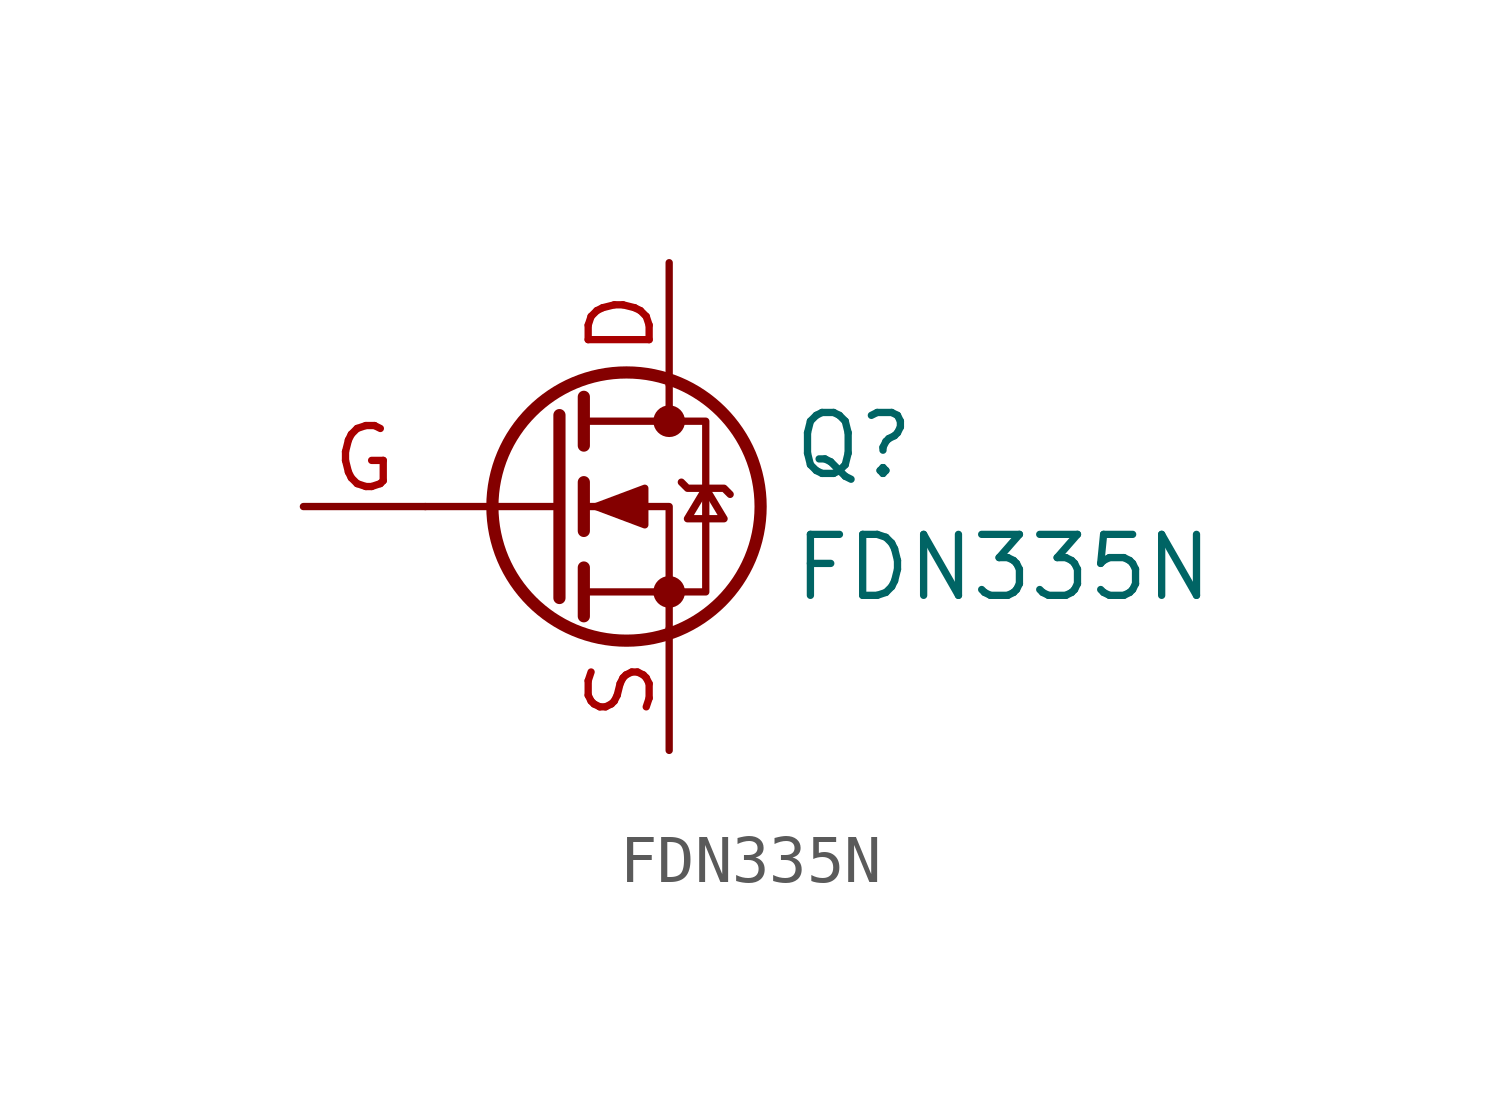
<source format=kicad_sym>
(kicad_symbol_lib
  (version 20211014)
  (generator kicad_symbol_editor)
  (symbol "FDN335N"
    (property "Reference" "Q"
      (at 5.08 1.27 0)
      (effects (font (size 1.27 1.27)) (justify left)))
    (property "Value" "FDN335N"
      (at 5.08 -1.27 0)
      (effects (font (size 1.27 1.27)) (justify left)))
    (symbol "FDN335N_0_1"
      (polyline (pts (xy 0.254 0) (xy -2.54 0)) (stroke (width 0) (type default) (color 0 0 0 0)) (fill (type none)))
      (polyline (pts (xy 0.254 1.905) (xy 0.254 -1.905)) (stroke (width 0.254) (type default) (color 0 0 0 0)) (fill (type none)))
      (polyline (pts (xy 0.762 -1.27) (xy 0.762 -2.286)) (stroke (width 0.254) (type default) (color 0 0 0 0)) (fill (type none)))
      (polyline (pts (xy 0.762 0.508) (xy 0.762 -0.508)) (stroke (width 0.254) (type default) (color 0 0 0 0)) (fill (type none)))
      (polyline (pts (xy 0.762 2.286) (xy 0.762 1.27)) (stroke (width 0.254) (type default) (color 0 0 0 0)) (fill (type none)))
      (polyline (pts (xy 2.54 2.54) (xy 2.54 1.778)) (stroke (width 0) (type default) (color 0 0 0 0)) (fill (type none)))
      (polyline (pts (xy 2.54 -2.54) (xy 2.54 0) (xy 0.762 0)) (stroke (width 0) (type default) (color 0 0 0 0)) (fill (type none)))
      (polyline (pts (xy 0.762 -1.778) (xy 3.302 -1.778) (xy 3.302 1.778) (xy 0.762 1.778)) (stroke (width 0) (type default) (color 0 0 0 0)) (fill (type none)))
      (polyline (pts (xy 1.016 0) (xy 2.032 0.381) (xy 2.032 -0.381) (xy 1.016 0)) (stroke (width 0) (type default) (color 0 0 0 0)) (fill (type outline)))
      (polyline (pts (xy 2.794 0.508) (xy 2.921 0.381) (xy 3.683 0.381) (xy 3.81 0.254)) (stroke (width 0) (type default) (color 0 0 0 0)) (fill (type none)))
      (polyline (pts (xy 3.302 0.381) (xy 2.921 -0.254) (xy 3.683 -0.254) (xy 3.302 0.381)) (stroke (width 0) (type default) (color 0 0 0 0)) (fill (type none)))
      (circle (center 1.651 0) (radius 2.794) (stroke (width 0.254) (type default) (color 0 0 0 0)) (fill (type none)))
      (circle (center 2.54 -1.778) (radius 0.254) (stroke (width 0) (type default) (color 0 0 0 0)) (fill (type outline)))
      (circle (center 2.54 1.778) (radius 0.254) (stroke (width 0) (type default) (color 0 0 0 0)) (fill (type outline))))
    (symbol "FDN335N_1_1"
      (pin passive line (at 2.54 5.08 270) (length 2.54) (name "" (effects (font (size 1.27 1.27)))) (number "D" (effects (font (size 1.27 1.27)))))
      (pin input line (at -5.08 0 0) (length 2.54) (name "" (effects (font (size 1.27 1.27)))) (number "G" (effects (font (size 1.27 1.27)))))
      (pin passive line (at 2.54 -5.08 90) (length 2.54) (name "" (effects (font (size 1.27 1.27)))) (number "S" (effects (font (size 1.27 1.27))))))))
</source>
